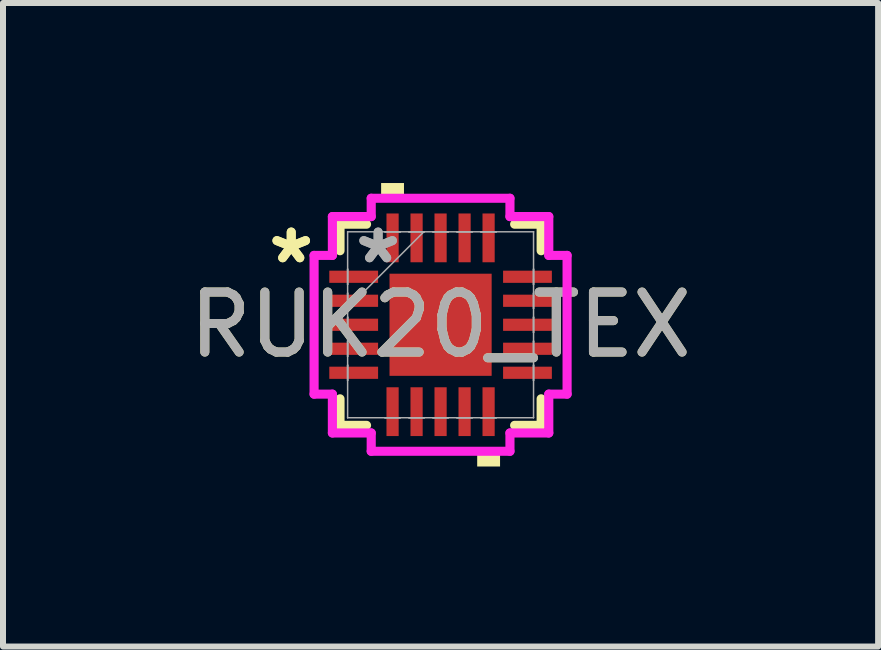
<source format=kicad_pcb>
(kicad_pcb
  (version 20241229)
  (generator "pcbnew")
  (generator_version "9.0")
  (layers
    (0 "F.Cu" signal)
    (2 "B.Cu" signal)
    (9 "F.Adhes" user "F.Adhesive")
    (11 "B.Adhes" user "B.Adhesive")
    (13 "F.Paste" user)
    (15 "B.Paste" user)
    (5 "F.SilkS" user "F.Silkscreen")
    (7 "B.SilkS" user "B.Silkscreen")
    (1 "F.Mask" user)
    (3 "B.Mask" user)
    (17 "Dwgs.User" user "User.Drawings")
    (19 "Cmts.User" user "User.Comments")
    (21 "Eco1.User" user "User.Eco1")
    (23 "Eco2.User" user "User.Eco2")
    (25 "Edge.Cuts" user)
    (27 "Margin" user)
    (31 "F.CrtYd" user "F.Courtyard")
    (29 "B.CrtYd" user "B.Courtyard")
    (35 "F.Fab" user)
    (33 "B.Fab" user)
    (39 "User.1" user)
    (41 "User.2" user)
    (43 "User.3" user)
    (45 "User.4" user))
  (footprint "RUK20_TEX"
    (layer "F.Cu")
    (at 4.292 2.362)
    (property "Reference" "RUK20_TEX" (at 0 0 0) (unlocked yes) (layer "F.SilkS") (effects (font (size 1 1) (thickness 0.15))))
    (attr smd)
    (fp_line (start -1.676 -1.676) (end -1.676 -1.234) (stroke (width 0.152) (type solid)) (layer "F.SilkS"))
    (fp_line (start -1.676 1.234) (end -1.676 1.676) (stroke (width 0.152) (type solid)) (layer "F.SilkS"))
    (fp_line (start -1.676 1.676) (end -1.234 1.676) (stroke (width 0.152) (type solid)) (layer "F.SilkS"))
    (fp_line (start -1.234 -1.676) (end -1.676 -1.676) (stroke (width 0.152) (type solid)) (layer "F.SilkS"))
    (fp_line (start 1.234 1.676) (end 1.676 1.676) (stroke (width 0.152) (type solid)) (layer "F.SilkS"))
    (fp_line (start 1.676 -1.676) (end 1.234 -1.676) (stroke (width 0.152) (type solid)) (layer "F.SilkS"))
    (fp_line (start 1.676 -1.234) (end 1.676 -1.676) (stroke (width 0.152) (type solid)) (layer "F.SilkS"))
    (fp_line (start 1.676 1.676) (end 1.676 1.234) (stroke (width 0.152) (type solid)) (layer "F.SilkS"))
    (fp_poly (pts (xy -0.991 -2.108) (xy -0.991 -2.362) (xy -0.61 -2.362) (xy -0.61 -2.108)) (stroke (width 0) (type solid)) (fill yes) (layer "F.SilkS"))
    (fp_poly (pts (xy 0.61 2.108) (xy 0.61 2.362) (xy 0.991 2.362) (xy 0.991 2.108)) (stroke (width 0) (type solid)) (fill yes) (layer "F.SilkS"))
    (fp_line (start -2.108 -1.156) (end -1.803 -1.156) (stroke (width 0.152) (type solid)) (layer "F.CrtYd"))
    (fp_line (start -2.108 1.156) (end -2.108 -1.156) (stroke (width 0.152) (type solid)) (layer "F.CrtYd"))
    (fp_line (start -1.803 -1.803) (end -1.156 -1.803) (stroke (width 0.152) (type solid)) (layer "F.CrtYd"))
    (fp_line (start -1.803 -1.156) (end -1.803 -1.803) (stroke (width 0.152) (type solid)) (layer "F.CrtYd"))
    (fp_line (start -1.803 1.156) (end -2.108 1.156) (stroke (width 0.152) (type solid)) (layer "F.CrtYd"))
    (fp_line (start -1.803 1.803) (end -1.803 1.156) (stroke (width 0.152) (type solid)) (layer "F.CrtYd"))
    (fp_line (start -1.156 -2.108) (end 1.156 -2.108) (stroke (width 0.152) (type solid)) (layer "F.CrtYd"))
    (fp_line (start -1.156 -1.803) (end -1.156 -2.108) (stroke (width 0.152) (type solid)) (layer "F.CrtYd"))
    (fp_line (start -1.156 1.803) (end -1.803 1.803) (stroke (width 0.152) (type solid)) (layer "F.CrtYd"))
    (fp_line (start -1.156 2.108) (end -1.156 1.803) (stroke (width 0.152) (type solid)) (layer "F.CrtYd"))
    (fp_line (start 1.156 -2.108) (end 1.156 -1.803) (stroke (width 0.152) (type solid)) (layer "F.CrtYd"))
    (fp_line (start 1.156 -1.803) (end 1.803 -1.803) (stroke (width 0.152) (type solid)) (layer "F.CrtYd"))
    (fp_line (start 1.156 1.803) (end 1.156 2.108) (stroke (width 0.152) (type solid)) (layer "F.CrtYd"))
    (fp_line (start 1.156 2.108) (end -1.156 2.108) (stroke (width 0.152) (type solid)) (layer "F.CrtYd"))
    (fp_line (start 1.803 -1.803) (end 1.803 -1.156) (stroke (width 0.152) (type solid)) (layer "F.CrtYd"))
    (fp_line (start 1.803 -1.156) (end 2.108 -1.156) (stroke (width 0.152) (type solid)) (layer "F.CrtYd"))
    (fp_line (start 1.803 1.156) (end 1.803 1.803) (stroke (width 0.152) (type solid)) (layer "F.CrtYd"))
    (fp_line (start 1.803 1.803) (end 1.156 1.803) (stroke (width 0.152) (type solid)) (layer "F.CrtYd"))
    (fp_line (start 2.108 -1.156) (end 2.108 1.156) (stroke (width 0.152) (type solid)) (layer "F.CrtYd"))
    (fp_line (start 2.108 1.156) (end 1.803 1.156) (stroke (width 0.152) (type solid)) (layer "F.CrtYd"))
    (fp_line (start -1.549 -1.549) (end -1.549 -1.549) (stroke (width 0.025) (type solid)) (layer "F.Fab"))
    (fp_line (start -1.549 -1.549) (end -1.549 1.549) (stroke (width 0.025) (type solid)) (layer "F.Fab"))
    (fp_line (start -1.549 -0.927) (end -1.549 -0.927) (stroke (width 0.025) (type solid)) (layer "F.Fab"))
    (fp_line (start -1.549 -0.927) (end -1.549 -0.673) (stroke (width 0.025) (type solid)) (layer "F.Fab"))
    (fp_line (start -1.549 -0.673) (end -1.549 -0.927) (stroke (width 0.025) (type solid)) (layer "F.Fab"))
    (fp_line (start -1.549 -0.673) (end -1.549 -0.673) (stroke (width 0.025) (type solid)) (layer "F.Fab"))
    (fp_line (start -1.549 -0.527) (end -1.549 -0.527) (stroke (width 0.025) (type solid)) (layer "F.Fab"))
    (fp_line (start -1.549 -0.527) (end -1.549 -0.273) (stroke (width 0.025) (type solid)) (layer "F.Fab"))
    (fp_line (start -1.549 -0.279) (end -0.279 -1.549) (stroke (width 0.025) (type solid)) (layer "F.Fab"))
    (fp_line (start -1.549 -0.273) (end -1.549 -0.527) (stroke (width 0.025) (type solid)) (layer "F.Fab"))
    (fp_line (start -1.549 -0.273) (end -1.549 -0.273) (stroke (width 0.025) (type solid)) (layer "F.Fab"))
    (fp_line (start -1.549 -0.127) (end -1.549 -0.127) (stroke (width 0.025) (type solid)) (layer "F.Fab"))
    (fp_line (start -1.549 -0.127) (end -1.549 0.127) (stroke (width 0.025) (type solid)) (layer "F.Fab"))
    (fp_line (start -1.549 0.127) (end -1.549 -0.127) (stroke (width 0.025) (type solid)) (layer "F.Fab"))
    (fp_line (start -1.549 0.127) (end -1.549 0.127) (stroke (width 0.025) (type solid)) (layer "F.Fab"))
    (fp_line (start -1.549 0.273) (end -1.549 0.273) (stroke (width 0.025) (type solid)) (layer "F.Fab"))
    (fp_line (start -1.549 0.273) (end -1.549 0.527) (stroke (width 0.025) (type solid)) (layer "F.Fab"))
    (fp_line (start -1.549 0.527) (end -1.549 0.273) (stroke (width 0.025) (type solid)) (layer "F.Fab"))
    (fp_line (start -1.549 0.527) (end -1.549 0.527) (stroke (width 0.025) (type solid)) (layer "F.Fab"))
    (fp_line (start -1.549 0.673) (end -1.549 0.673) (stroke (width 0.025) (type solid)) (layer "F.Fab"))
    (fp_line (start -1.549 0.673) (end -1.549 0.927) (stroke (width 0.025) (type solid)) (layer "F.Fab"))
    (fp_line (start -1.549 0.927) (end -1.549 0.673) (stroke (width 0.025) (type solid)) (layer "F.Fab"))
    (fp_line (start -1.549 0.927) (end -1.549 0.927) (stroke (width 0.025) (type solid)) (layer "F.Fab"))
    (fp_line (start -1.549 1.549) (end -1.549 1.549) (stroke (width 0.025) (type solid)) (layer "F.Fab"))
    (fp_line (start -1.549 1.549) (end 1.549 1.549) (stroke (width 0.025) (type solid)) (layer "F.Fab"))
    (fp_line (start -0.927 -1.549) (end -0.927 -1.549) (stroke (width 0.025) (type solid)) (layer "F.Fab"))
    (fp_line (start -0.927 -1.549) (end -0.673 -1.549) (stroke (width 0.025) (type solid)) (layer "F.Fab"))
    (fp_line (start -0.927 1.549) (end -0.927 1.549) (stroke (width 0.025) (type solid)) (layer "F.Fab"))
    (fp_line (start -0.927 1.549) (end -0.673 1.549) (stroke (width 0.025) (type solid)) (layer "F.Fab"))
    (fp_line (start -0.673 -1.549) (end -0.927 -1.549) (stroke (width 0.025) (type solid)) (layer "F.Fab"))
    (fp_line (start -0.673 -1.549) (end -0.673 -1.549) (stroke (width 0.025) (type solid)) (layer "F.Fab"))
    (fp_line (start -0.673 1.549) (end -0.927 1.549) (stroke (width 0.025) (type solid)) (layer "F.Fab"))
    (fp_line (start -0.673 1.549) (end -0.673 1.549) (stroke (width 0.025) (type solid)) (layer "F.Fab"))
    (fp_line (start -0.527 -1.549) (end -0.527 -1.549) (stroke (width 0.025) (type solid)) (layer "F.Fab"))
    (fp_line (start -0.527 -1.549) (end -0.273 -1.549) (stroke (width 0.025) (type solid)) (layer "F.Fab"))
    (fp_line (start -0.527 1.549) (end -0.527 1.549) (stroke (width 0.025) (type solid)) (layer "F.Fab"))
    (fp_line (start -0.527 1.549) (end -0.273 1.549) (stroke (width 0.025) (type solid)) (layer "F.Fab"))
    (fp_line (start -0.273 -1.549) (end -0.527 -1.549) (stroke (width 0.025) (type solid)) (layer "F.Fab"))
    (fp_line (start -0.273 -1.549) (end -0.273 -1.549) (stroke (width 0.025) (type solid)) (layer "F.Fab"))
    (fp_line (start -0.273 1.549) (end -0.527 1.549) (stroke (width 0.025) (type solid)) (layer "F.Fab"))
    (fp_line (start -0.273 1.549) (end -0.273 1.549) (stroke (width 0.025) (type solid)) (layer "F.Fab"))
    (fp_line (start -0.127 -1.549) (end -0.127 -1.549) (stroke (width 0.025) (type solid)) (layer "F.Fab"))
    (fp_line (start -0.127 -1.549) (end 0.127 -1.549) (stroke (width 0.025) (type solid)) (layer "F.Fab"))
    (fp_line (start -0.127 1.549) (end -0.127 1.549) (stroke (width 0.025) (type solid)) (layer "F.Fab"))
    (fp_line (start -0.127 1.549) (end 0.127 1.549) (stroke (width 0.025) (type solid)) (layer "F.Fab"))
    (fp_line (start 0.127 -1.549) (end -0.127 -1.549) (stroke (width 0.025) (type solid)) (layer "F.Fab"))
    (fp_line (start 0.127 -1.549) (end 0.127 -1.549) (stroke (width 0.025) (type solid)) (layer "F.Fab"))
    (fp_line (start 0.127 1.549) (end -0.127 1.549) (stroke (width 0.025) (type solid)) (layer "F.Fab"))
    (fp_line (start 0.127 1.549) (end 0.127 1.549) (stroke (width 0.025) (type solid)) (layer "F.Fab"))
    (fp_line (start 0.273 -1.549) (end 0.273 -1.549) (stroke (width 0.025) (type solid)) (layer "F.Fab"))
    (fp_line (start 0.273 -1.549) (end 0.527 -1.549) (stroke (width 0.025) (type solid)) (layer "F.Fab"))
    (fp_line (start 0.273 1.549) (end 0.273 1.549) (stroke (width 0.025) (type solid)) (layer "F.Fab"))
    (fp_line (start 0.273 1.549) (end 0.527 1.549) (stroke (width 0.025) (type solid)) (layer "F.Fab"))
    (fp_line (start 0.527 -1.549) (end 0.273 -1.549) (stroke (width 0.025) (type solid)) (layer "F.Fab"))
    (fp_line (start 0.527 -1.549) (end 0.527 -1.549) (stroke (width 0.025) (type solid)) (layer "F.Fab"))
    (fp_line (start 0.527 1.549) (end 0.273 1.549) (stroke (width 0.025) (type solid)) (layer "F.Fab"))
    (fp_line (start 0.527 1.549) (end 0.527 1.549) (stroke (width 0.025) (type solid)) (layer "F.Fab"))
    (fp_line (start 0.673 -1.549) (end 0.673 -1.549) (stroke (width 0.025) (type solid)) (layer "F.Fab"))
    (fp_line (start 0.673 -1.549) (end 0.927 -1.549) (stroke (width 0.025) (type solid)) (layer "F.Fab"))
    (fp_line (start 0.673 1.549) (end 0.673 1.549) (stroke (width 0.025) (type solid)) (layer "F.Fab"))
    (fp_line (start 0.673 1.549) (end 0.927 1.549) (stroke (width 0.025) (type solid)) (layer "F.Fab"))
    (fp_line (start 0.927 -1.549) (end 0.673 -1.549) (stroke (width 0.025) (type solid)) (layer "F.Fab"))
    (fp_line (start 0.927 -1.549) (end 0.927 -1.549) (stroke (width 0.025) (type solid)) (layer "F.Fab"))
    (fp_line (start 0.927 1.549) (end 0.673 1.549) (stroke (width 0.025) (type solid)) (layer "F.Fab"))
    (fp_line (start 0.927 1.549) (end 0.927 1.549) (stroke (width 0.025) (type solid)) (layer "F.Fab"))
    (fp_line (start 1.549 -1.549) (end -1.549 -1.549) (stroke (width 0.025) (type solid)) (layer "F.Fab"))
    (fp_line (start 1.549 -1.549) (end 1.549 -1.549) (stroke (width 0.025) (type solid)) (layer "F.Fab"))
    (fp_line (start 1.549 -0.927) (end 1.549 -0.927) (stroke (width 0.025) (type solid)) (layer "F.Fab"))
    (fp_line (start 1.549 -0.927) (end 1.549 -0.673) (stroke (width 0.025) (type solid)) (layer "F.Fab"))
    (fp_line (start 1.549 -0.673) (end 1.549 -0.927) (stroke (width 0.025) (type solid)) (layer "F.Fab"))
    (fp_line (start 1.549 -0.673) (end 1.549 -0.673) (stroke (width 0.025) (type solid)) (layer "F.Fab"))
    (fp_line (start 1.549 -0.527) (end 1.549 -0.527) (stroke (width 0.025) (type solid)) (layer "F.Fab"))
    (fp_line (start 1.549 -0.527) (end 1.549 -0.273) (stroke (width 0.025) (type solid)) (layer "F.Fab"))
    (fp_line (start 1.549 -0.273) (end 1.549 -0.527) (stroke (width 0.025) (type solid)) (layer "F.Fab"))
    (fp_line (start 1.549 -0.273) (end 1.549 -0.273) (stroke (width 0.025) (type solid)) (layer "F.Fab"))
    (fp_line (start 1.549 -0.127) (end 1.549 -0.127) (stroke (width 0.025) (type solid)) (layer "F.Fab"))
    (fp_line (start 1.549 -0.127) (end 1.549 0.127) (stroke (width 0.025) (type solid)) (layer "F.Fab"))
    (fp_line (start 1.549 0.127) (end 1.549 -0.127) (stroke (width 0.025) (type solid)) (layer "F.Fab"))
    (fp_line (start 1.549 0.127) (end 1.549 0.127) (stroke (width 0.025) (type solid)) (layer "F.Fab"))
    (fp_line (start 1.549 0.273) (end 1.549 0.273) (stroke (width 0.025) (type solid)) (layer "F.Fab"))
    (fp_line (start 1.549 0.273) (end 1.549 0.527) (stroke (width 0.025) (type solid)) (layer "F.Fab"))
    (fp_line (start 1.549 0.527) (end 1.549 0.273) (stroke (width 0.025) (type solid)) (layer "F.Fab"))
    (fp_line (start 1.549 0.527) (end 1.549 0.527) (stroke (width 0.025) (type solid)) (layer "F.Fab"))
    (fp_line (start 1.549 0.673) (end 1.549 0.673) (stroke (width 0.025) (type solid)) (layer "F.Fab"))
    (fp_line (start 1.549 0.673) (end 1.549 0.927) (stroke (width 0.025) (type solid)) (layer "F.Fab"))
    (fp_line (start 1.549 0.927) (end 1.549 0.673) (stroke (width 0.025) (type solid)) (layer "F.Fab"))
    (fp_line (start 1.549 0.927) (end 1.549 0.927) (stroke (width 0.025) (type solid)) (layer "F.Fab"))
    (fp_line (start 1.549 1.549) (end 1.549 -1.549) (stroke (width 0.025) (type solid)) (layer "F.Fab"))
    (fp_line (start 1.549 1.549) (end 1.549 1.549) (stroke (width 0.025) (type solid)) (layer "F.Fab"))
    (fp_text user "*" (at -2.489 -1 0) (layer "F.SilkS") (effects (font (size 1 1) (thickness 0.15))))
    (fp_text user "*" (at -2.489 -1 0) (unlocked yes) (layer "F.SilkS") (effects (font (size 1 1) (thickness 0.15))))
    (fp_text user "${REFERENCE}" (at 0 0 0) (unlocked yes) (layer "F.Fab") (effects (font (size 1 1) (thickness 0.15))))
    (fp_text user "*" (at -1.041 -1 0) (unlocked yes) (layer "F.Fab") (effects (font (size 1 1) (thickness 0.15))))
    (fp_text user "*" (at -1.041 -1 0) (layer "F.Fab") (effects (font (size 1 1) (thickness 0.15))))
    (pad "1" smd rect (at -1.448 -0.8 90) (size 0.203 0.813) (layers "F.Cu" "F.Mask" "F.Paste"))
    (pad "2" smd rect (at -1.448 -0.4 90) (size 0.203 0.813) (layers "F.Cu" "F.Mask" "F.Paste"))
    (pad "3" smd rect (at -1.448 0 90) (size 0.203 0.813) (layers "F.Cu" "F.Mask" "F.Paste"))
    (pad "4" smd rect (at -1.448 0.4 90) (size 0.203 0.813) (layers "F.Cu" "F.Mask" "F.Paste"))
    (pad "5" smd rect (at -1.448 0.8 90) (size 0.203 0.813) (layers "F.Cu" "F.Mask" "F.Paste"))
    (pad "6" smd rect (at -0.8 1.448) (size 0.203 0.813) (layers "F.Cu" "F.Mask" "F.Paste"))
    (pad "7" smd rect (at -0.4 1.448) (size 0.203 0.813) (layers "F.Cu" "F.Mask" "F.Paste"))
    (pad "8" smd rect (at 0 1.448) (size 0.203 0.813) (layers "F.Cu" "F.Mask" "F.Paste"))
    (pad "9" smd rect (at 0.4 1.448) (size 0.203 0.813) (layers "F.Cu" "F.Mask" "F.Paste"))
    (pad "10" smd rect (at 0.8 1.448) (size 0.203 0.813) (layers "F.Cu" "F.Mask" "F.Paste"))
    (pad "11" smd rect (at 1.448 0.8 90) (size 0.203 0.813) (layers "F.Cu" "F.Mask" "F.Paste"))
    (pad "12" smd rect (at 1.448 0.4 90) (size 0.203 0.813) (layers "F.Cu" "F.Mask" "F.Paste"))
    (pad "13" smd rect (at 1.448 0 90) (size 0.203 0.813) (layers "F.Cu" "F.Mask" "F.Paste"))
    (pad "14" smd rect (at 1.448 -0.4 90) (size 0.203 0.813) (layers "F.Cu" "F.Mask" "F.Paste"))
    (pad "15" smd rect (at 1.448 -0.8 90) (size 0.203 0.813) (layers "F.Cu" "F.Mask" "F.Paste"))
    (pad "16" smd rect (at 0.8 -1.448) (size 0.203 0.813) (layers "F.Cu" "F.Mask" "F.Paste"))
    (pad "17" smd rect (at 0.4 -1.448) (size 0.203 0.813) (layers "F.Cu" "F.Mask" "F.Paste"))
    (pad "18" smd rect (at 0 -1.448) (size 0.203 0.813) (layers "F.Cu" "F.Mask" "F.Paste"))
    (pad "19" smd rect (at -0.4 -1.448) (size 0.203 0.813) (layers "F.Cu" "F.Mask" "F.Paste"))
    (pad "20" smd rect (at -0.8 -1.448) (size 0.203 0.813) (layers "F.Cu" "F.Mask" "F.Paste"))
    (pad "21" smd rect (at 0 0) (size 1.702 1.702) (layers "F.Cu" "F.Mask" "F.Paste")))
  (gr_rect
    (start -3 -3)
    (end 11.583 7.724)
    (stroke (width 0.1) (type default))
    (fill no)
    (layer "Edge.Cuts")))
</source>
